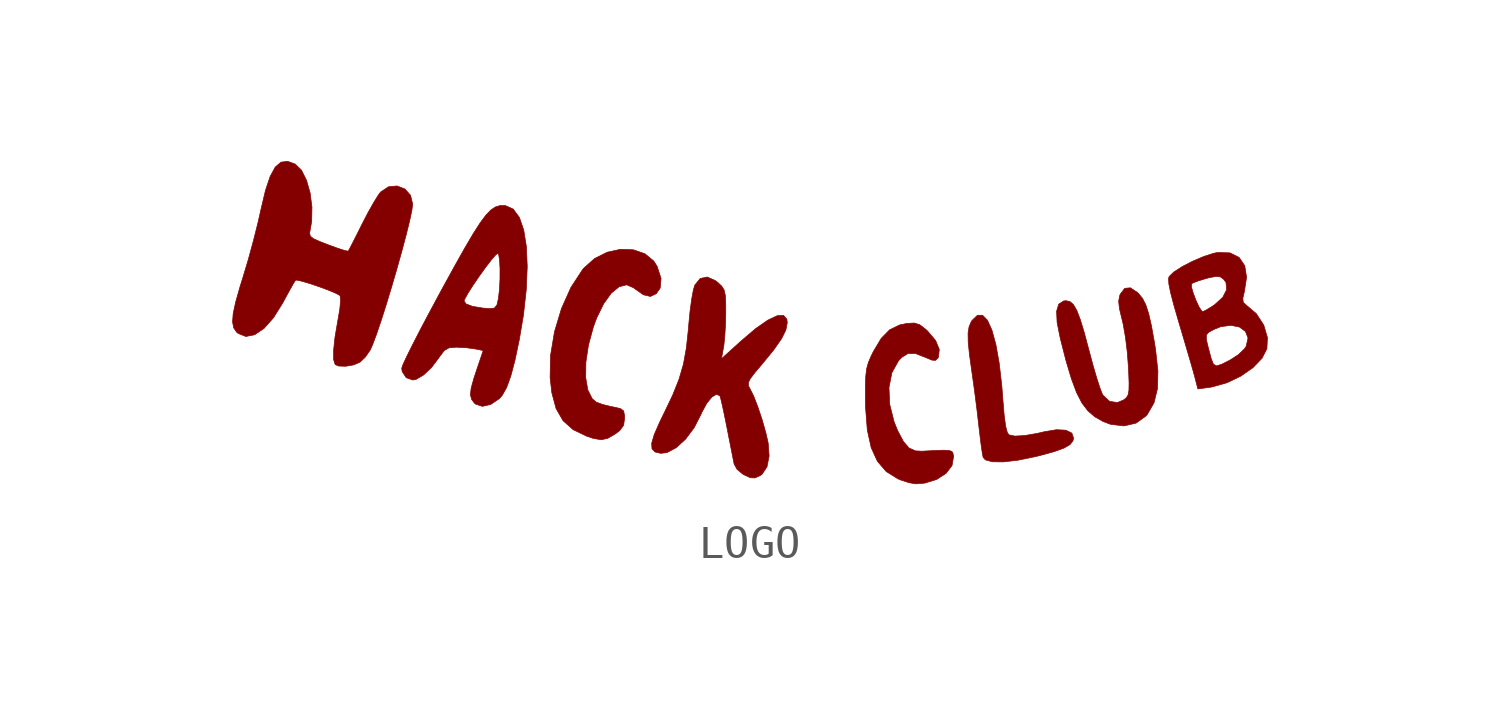
<source format=kicad_sym>
(kicad_symbol_lib
  (version 20220914)
  (generator "bitmap2component")
  (generator_version "9.0")
  (symbol "LOGO"
    (pin_names
      (offset 1.016))
    (property "Reference" "#G"
      (at 0 7.154 0)
      (effects (font (size 1.27 1.27)) hide))
    (symbol "LOGO_0_0"
      (polyline (pts (xy 5.188 -4.377) (xy 5.556 -4.264) (xy 5.847 -4.075) (xy 6.032 -3.833) (xy 6.079 -3.561) (xy 6.079 -3.558) (xy 6.065 -3.463) (xy 6.032 -3.401) (xy 5.948 -3.368) (xy 5.784 -3.358) (xy 5.511 -3.367) (xy 5.099 -3.389) (xy 4.901 -3.379) (xy 4.702 -3.29) (xy 4.528 -3.09) (xy 4.349 -2.752) (xy 4.239 -2.481) (xy 4.102 -1.937) (xy 4.08 -1.418) (xy 4.17 -0.959) (xy 4.373 -0.593) (xy 4.475 -0.484) (xy 4.671 -0.363) (xy 4.9 -0.365) (xy 5.209 -0.484) (xy 5.407 -0.568) (xy 5.521 -0.576) (xy 5.594 -0.505) (xy 5.613 -0.472) (xy 5.638 -0.238) (xy 5.524 0.038) (xy 5.279 0.327) (xy 5.221 0.382) (xy 5.032 0.528) (xy 4.861 0.58) (xy 4.633 0.566) (xy 4.409 0.52) (xy 4.1 0.37) (xy 3.841 0.106) (xy 3.598 -0.3) (xy 3.525 -0.448) (xy 3.441 -0.646) (xy 3.388 -0.839) (xy 3.361 -1.07) (xy 3.351 -1.382) (xy 3.352 -1.82) (xy 3.356 -2.046) (xy 3.409 -2.732) (xy 3.529 -3.279) (xy 3.722 -3.702) (xy 3.994 -4.018) (xy 4.352 -4.241) (xy 4.435 -4.277) (xy 4.701 -4.364) (xy 4.911 -4.4) (xy 5.188 -4.377)) (stroke (width 0.01) (type default)) (fill (type outline)))
      (polyline (pts (xy 0.081 -4.15) (xy 0.15 -4.103) (xy 0.303 -3.873) (xy 0.369 -3.539) (xy 0.34 -3.137) (xy 0.268 -2.82) (xy 0.154 -2.418) (xy 0.022 -2.022) (xy -0.108 -1.684) (xy -0.221 -1.459) (xy -0.271 -1.365) (xy -0.275 -1.269) (xy -0.215 -1.144) (xy -0.074 -0.958) (xy 0.164 -0.677) (xy 0.516 -0.247) (xy 0.755 0.096) (xy 0.889 0.368) (xy 0.931 0.591) (xy 0.918 0.698) (xy 0.816 0.816) (xy 0.618 0.806) (xy 0.33 0.67) (xy -0.042 0.412) (xy -0.489 0.032) (xy -1.106 -0.526) (xy -1.04 -0.157) (xy -1.034 -0.126) (xy -1.004 0.16) (xy -0.982 0.532) (xy -0.974 0.918) (xy -0.975 1.184) (xy -0.988 1.44) (xy -1.025 1.604) (xy -1.097 1.719) (xy -1.217 1.832) (xy -1.292 1.892) (xy -1.548 2.005) (xy -1.766 1.958) (xy -1.931 1.755) (xy -1.976 1.607) (xy -2.029 1.319) (xy -2.08 0.944) (xy -2.12 0.527) (xy -2.129 0.406) (xy -2.193 -0.191) (xy -2.284 -0.694) (xy -2.421 -1.162) (xy -2.618 -1.655) (xy -2.893 -2.229) (xy -3.022 -2.493) (xy -3.188 -2.874) (xy -3.267 -3.141) (xy -3.258 -3.314) (xy -3.163 -3.413) (xy -2.985 -3.455) (xy -2.793 -3.432) (xy -2.505 -3.279) (xy -2.215 -3.012) (xy -1.95 -2.659) (xy -1.74 -2.248) (xy -1.712 -2.183) (xy -1.561 -1.904) (xy -1.402 -1.71) (xy -1.258 -1.626) (xy -1.154 -1.676) (xy -1.13 -1.756) (xy -1.079 -1.972) (xy -1.012 -2.288) (xy -0.935 -2.667) (xy -0.873 -2.986) (xy -0.801 -3.348) (xy -0.746 -3.629) (xy -0.714 -3.787) (xy -0.622 -3.952) (xy -0.443 -4.101) (xy -0.411 -4.118) (xy -0.214 -4.209) (xy -0.075 -4.217) (xy 0.081 -4.15)) (stroke (width 0.01) (type default)) (fill (type outline)))
      (polyline (pts (xy 8.07 -3.668) (xy 8.601 -3.56) (xy 8.741 -3.526) (xy 9.191 -3.403) (xy 9.499 -3.292) (xy 9.687 -3.183) (xy 9.776 -3.068) (xy 9.796 -2.986) (xy 9.742 -2.829) (xy 9.559 -2.739) (xy 9.268 -2.723) (xy 8.89 -2.786) (xy 8.673 -2.837) (xy 8.28 -2.905) (xy 7.976 -2.921) (xy 7.796 -2.883) (xy 7.745 -2.813) (xy 7.693 -2.618) (xy 7.648 -2.287) (xy 7.608 -1.803) (xy 7.574 -1.367) (xy 7.493 -0.663) (xy 7.39 -0.085) (xy 7.268 0.359) (xy 7.131 0.663) (xy 6.98 0.819) (xy 6.819 0.82) (xy 6.651 0.658) (xy 6.627 0.621) (xy 6.561 0.469) (xy 6.529 0.268) (xy 6.533 -0.011) (xy 6.572 -0.397) (xy 6.645 -0.92) (xy 6.66 -1.025) (xy 6.732 -1.542) (xy 6.803 -2.099) (xy 6.86 -2.592) (xy 6.886 -2.816) (xy 6.929 -3.164) (xy 6.967 -3.432) (xy 6.995 -3.577) (xy 7.063 -3.656) (xy 7.281 -3.716) (xy 7.623 -3.72) (xy 8.07 -3.668)) (stroke (width 0.01) (type default)) (fill (type outline)))
      (polyline (pts (xy -4.627 -2.99) (xy -4.394 -2.854) (xy -4.259 -2.753) (xy -4.137 -2.589) (xy -4.106 -2.37) (xy -4.107 -2.288) (xy -4.136 -2.141) (xy -4.239 -2.067) (xy -4.462 -2.018) (xy -4.532 -2.005) (xy -4.795 -1.94) (xy -4.985 -1.868) (xy -5.108 -1.765) (xy -5.245 -1.492) (xy -5.311 -1.106) (xy -5.305 -0.635) (xy -5.225 -0.104) (xy -5.072 0.46) (xy -4.969 0.739) (xy -4.753 1.179) (xy -4.518 1.505) (xy -4.275 1.704) (xy -4.04 1.763) (xy -3.824 1.669) (xy -3.802 1.65) (xy -3.525 1.455) (xy -3.306 1.403) (xy -3.126 1.488) (xy -3.004 1.662) (xy -2.977 1.959) (xy -3.097 2.33) (xy -3.201 2.497) (xy -3.478 2.725) (xy -3.833 2.847) (xy -4.234 2.862) (xy -4.646 2.772) (xy -5.036 2.576) (xy -5.372 2.277) (xy -5.408 2.232) (xy -5.766 1.685) (xy -6.06 1.029) (xy -6.276 0.311) (xy -6.398 -0.418) (xy -6.412 -1.112) (xy -6.36 -1.573) (xy -6.228 -2.068) (xy -6.011 -2.445) (xy -5.697 -2.724) (xy -5.27 -2.928) (xy -5.067 -2.994) (xy -4.828 -3.034) (xy -4.627 -2.99)) (stroke (width 0.01) (type default)) (fill (type outline)))
      (polyline (pts (xy 11.732 -2.519) (xy 12.033 -2.302) (xy 12.086 -2.239) (xy 12.287 -1.888) (xy 12.393 -1.451) (xy 12.407 -0.907) (xy 12.334 -0.236) (xy 12.297 -0.007) (xy 12.206 0.499) (xy 12.12 0.874) (xy 12.031 1.146) (xy 11.93 1.343) (xy 11.808 1.492) (xy 11.776 1.523) (xy 11.556 1.67) (xy 11.38 1.654) (xy 11.243 1.476) (xy 11.22 1.418) (xy 11.192 1.251) (xy 11.216 1.026) (xy 11.296 0.693) (xy 11.333 0.537) (xy 11.402 0.14) (xy 11.458 -0.32) (xy 11.493 -0.77) (xy 11.501 -0.925) (xy 11.514 -1.276) (xy 11.51 -1.504) (xy 11.485 -1.644) (xy 11.434 -1.73) (xy 11.351 -1.798) (xy 11.154 -1.883) (xy 10.91 -1.845) (xy 10.704 -1.654) (xy 10.688 -1.623) (xy 10.612 -1.43) (xy 10.512 -1.12) (xy 10.397 -0.728) (xy 10.28 -0.289) (xy 10.277 -0.28) (xy 10.129 0.277) (xy 10.004 0.687) (xy 9.895 0.972) (xy 9.791 1.151) (xy 9.683 1.244) (xy 9.563 1.27) (xy 9.489 1.263) (xy 9.337 1.165) (xy 9.27 0.946) (xy 9.286 0.596) (xy 9.384 0.106) (xy 9.385 0.101) (xy 9.564 -0.596) (xy 9.729 -1.147) (xy 9.889 -1.575) (xy 10.056 -1.899) (xy 10.242 -2.142) (xy 10.456 -2.325) (xy 10.71 -2.469) (xy 10.94 -2.556) (xy 11.355 -2.606) (xy 11.732 -2.519)) (stroke (width 0.01) (type default)) (fill (type outline)))
      (polyline (pts (xy -8.251 -1.942) (xy -7.983 -1.76) (xy -7.892 -1.656) (xy -7.756 -1.412) (xy -7.628 -1.058) (xy -7.5 -0.574) (xy -7.367 0.06) (xy -7.238 0.822) (xy -7.15 1.616) (xy -7.12 2.329) (xy -7.147 2.948) (xy -7.229 3.46) (xy -7.364 3.85) (xy -7.553 4.106) (xy -7.792 4.214) (xy -7.828 4.217) (xy -7.971 4.214) (xy -8.107 4.173) (xy -8.247 4.079) (xy -8.401 3.919) (xy -8.58 3.679) (xy -8.794 3.344) (xy -9.055 2.901) (xy -9.373 2.335) (xy -9.758 1.634) (xy -9.888 1.395) (xy -9.958 1.263) (xy -9.077 1.263) (xy -9.053 1.326) (xy -8.951 1.51) (xy -8.793 1.757) (xy -8.604 2.033) (xy -8.409 2.304) (xy -8.231 2.535) (xy -8.095 2.692) (xy -8.026 2.741) (xy -8.006 2.706) (xy -7.977 2.534) (xy -7.963 2.264) (xy -7.964 1.942) (xy -7.98 1.617) (xy -8.013 1.333) (xy -8.058 1.139) (xy -8.137 1.042) (xy -8.287 1.027) (xy -8.499 1.043) (xy -8.816 1.096) (xy -9.017 1.172) (xy -9.077 1.263) (xy -9.958 1.263) (xy -10.188 0.835) (xy -10.456 0.326) (xy -10.682 -0.114) (xy -10.856 -0.465) (xy -10.967 -0.706) (xy -11.007 -0.819) (xy -10.992 -0.924) (xy -10.869 -1.111) (xy -10.662 -1.185) (xy -10.564 -1.166) (xy -10.334 -1.032) (xy -10.085 -0.798) (xy -9.857 -0.497) (xy -9.836 -0.464) (xy -9.69 -0.273) (xy -9.542 -0.188) (xy -9.323 -0.169) (xy -9.303 -0.169) (xy -9.005 -0.185) (xy -8.739 -0.221) (xy -8.483 -0.272) (xy -8.686 -0.87) (xy -8.774 -1.137) (xy -8.857 -1.438) (xy -8.879 -1.642) (xy -8.843 -1.786) (xy -8.751 -1.905) (xy -8.725 -1.928) (xy -8.512 -2) (xy -8.251 -1.942)) (stroke (width 0.01) (type default)) (fill (type outline)))
      (polyline (pts (xy 14.015 -1.41) (xy 14.093 -1.397) (xy 14.544 -1.27) (xy 14.976 -1.063) (xy 15.35 -0.802) (xy 15.631 -0.511) (xy 15.781 -0.217) (xy 15.798 0.129) (xy 15.684 0.516) (xy 15.454 0.869) (xy 15.132 1.143) (xy 15.05 1.218) (xy 15.036 1.343) (xy 15.087 1.57) (xy 15.152 1.995) (xy 15.096 2.354) (xy 14.921 2.611) (xy 14.638 2.752) (xy 14.256 2.763) (xy 14.135 2.74) (xy 13.826 2.64) (xy 13.485 2.495) (xy 13.16 2.327) (xy 12.901 2.161) (xy 12.755 2.02) (xy 12.737 1.96) (xy 12.745 1.794) (xy 13.446 1.794) (xy 13.488 1.819) (xy 13.661 1.886) (xy 13.907 1.96) (xy 13.986 1.981) (xy 14.207 2.024) (xy 14.342 2.008) (xy 14.447 1.93) (xy 14.515 1.834) (xy 14.536 1.613) (xy 14.414 1.374) (xy 14.161 1.145) (xy 14.07 1.085) (xy 13.889 0.975) (xy 13.792 0.931) (xy 13.767 0.946) (xy 13.685 1.07) (xy 13.589 1.274) (xy 13.502 1.501) (xy 13.446 1.694) (xy 13.446 1.794) (xy 12.745 1.794) (xy 12.745 1.793) (xy 12.8 1.519) (xy 12.904 1.121) (xy 13.061 0.581) (xy 13.133 0.34) (xy 13.172 0.207) (xy 13.906 0.207) (xy 13.978 0.292) (xy 14.135 0.379) (xy 14.353 0.467) (xy 14.666 0.509) (xy 14.931 0.456) (xy 15.117 0.32) (xy 15.197 0.117) (xy 15.141 -0.138) (xy 15.09 -0.216) (xy 14.897 -0.401) (xy 14.647 -0.563) (xy 14.64 -0.567) (xy 14.38 -0.698) (xy 14.222 -0.748) (xy 14.128 -0.697) (xy 14.058 -0.525) (xy 13.975 -0.212) (xy 13.963 -0.167) (xy 13.906 0.072) (xy 13.906 0.207) (xy 13.172 0.207) (xy 13.271 -0.127) (xy 13.394 -0.546) (xy 13.49 -0.88) (xy 13.548 -1.09) (xy 13.644 -1.461) (xy 14.015 -1.41)) (stroke (width 0.01) (type default)) (fill (type outline)))
      (polyline (pts (xy -12.494 -0.716) (xy -12.295 -0.63) (xy -12.132 -0.473) (xy -11.98 -0.253) (xy -11.912 -0.101) (xy -11.791 0.221) (xy -11.646 0.647) (xy -11.486 1.148) (xy -11.321 1.693) (xy -11.157 2.254) (xy -11.004 2.801) (xy -10.87 3.304) (xy -10.763 3.736) (xy -10.693 4.065) (xy -10.668 4.263) (xy -10.733 4.534) (xy -10.909 4.731) (xy -11.152 4.824) (xy -11.417 4.798) (xy -11.66 4.636) (xy -11.728 4.546) (xy -11.873 4.313) (xy -12.051 3.997) (xy -12.235 3.641) (xy -12.365 3.381) (xy -12.511 3.092) (xy -12.616 2.89) (xy -12.663 2.806) (xy -12.668 2.804) (xy -12.781 2.828) (xy -13.003 2.9) (xy -13.293 3.006) (xy -13.538 3.101) (xy -13.741 3.192) (xy -13.838 3.271) (xy -13.859 3.365) (xy -13.833 3.502) (xy -13.795 3.731) (xy -13.786 4.167) (xy -13.842 4.604) (xy -13.954 5) (xy -14.111 5.313) (xy -14.305 5.501) (xy -14.537 5.586) (xy -14.744 5.561) (xy -14.922 5.409) (xy -15.08 5.12) (xy -15.226 4.683) (xy -15.367 4.088) (xy -15.45 3.719) (xy -15.597 3.132) (xy -15.761 2.532) (xy -15.92 2.002) (xy -16.012 1.709) (xy -16.148 1.23) (xy -16.225 0.873) (xy -16.244 0.615) (xy -16.21 0.432) (xy -16.123 0.302) (xy -16.076 0.26) (xy -15.834 0.163) (xy -15.56 0.217) (xy -15.269 0.415) (xy -14.974 0.747) (xy -14.689 1.205) (xy -14.621 1.331) (xy -14.468 1.611) (xy -14.352 1.815) (xy -14.294 1.906) (xy -14.251 1.908) (xy -14.082 1.87) (xy -13.832 1.795) (xy -13.544 1.697) (xy -13.266 1.593) (xy -13.043 1.499) (xy -12.92 1.431) (xy -12.913 1.42) (xy -12.899 1.278) (xy -12.924 1.013) (xy -12.984 0.661) (xy -12.987 0.646) (xy -13.073 0.141) (xy -13.116 -0.267) (xy -13.115 -0.557) (xy -13.067 -0.706) (xy -12.961 -0.751) (xy -12.741 -0.759) (xy -12.494 -0.716)) (stroke (width 0.01) (type default)) (fill (type outline))))))
</source>
